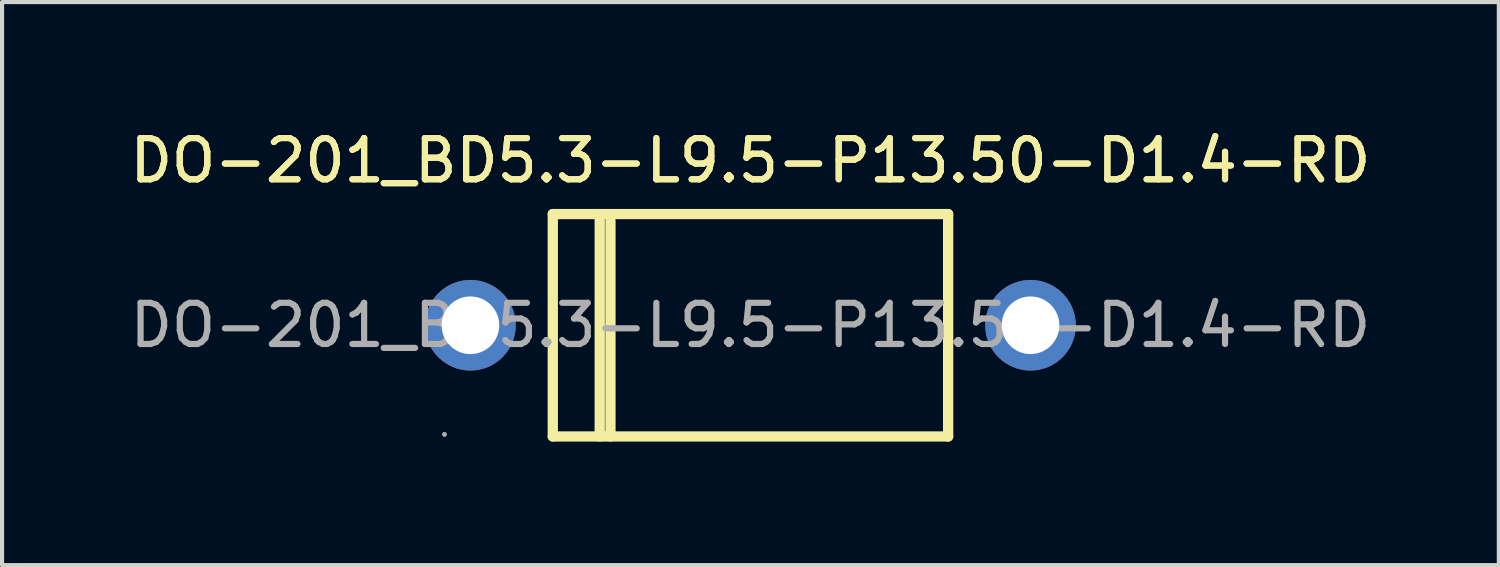
<source format=kicad_pcb>
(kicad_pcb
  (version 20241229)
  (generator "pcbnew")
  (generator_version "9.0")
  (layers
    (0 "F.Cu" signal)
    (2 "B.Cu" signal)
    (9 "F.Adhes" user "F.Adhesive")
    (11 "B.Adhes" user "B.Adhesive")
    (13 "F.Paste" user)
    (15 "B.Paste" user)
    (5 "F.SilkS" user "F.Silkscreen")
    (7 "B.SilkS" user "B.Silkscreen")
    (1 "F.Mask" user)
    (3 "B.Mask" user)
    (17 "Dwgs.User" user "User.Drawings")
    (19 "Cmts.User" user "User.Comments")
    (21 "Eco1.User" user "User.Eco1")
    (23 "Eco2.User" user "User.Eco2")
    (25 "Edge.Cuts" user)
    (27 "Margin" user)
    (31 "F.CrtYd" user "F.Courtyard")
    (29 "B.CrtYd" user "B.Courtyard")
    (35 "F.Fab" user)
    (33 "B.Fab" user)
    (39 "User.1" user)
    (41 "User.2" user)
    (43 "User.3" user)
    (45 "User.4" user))
  (footprint "DO-201_BD5.3-L9.5-P13.50-D1.4-RD"
    (layer "F.Cu")
    (at 15.173 4.848)
    (property "Reference" "DO-201_BD5.3-L9.5-P13.50-D1.4-RD" (at 0 -4 0) (layer "F.SilkS") (effects (font (size 1 1) (thickness 0.15))))
    (attr smd)
    (fp_line (start -4.8 -2.7) (end 4.8 -2.7) (stroke (width 0.25) (type solid)) (layer "F.SilkS"))
    (fp_line (start -4.8 2.7) (end -4.8 -2.7) (stroke (width 0.25) (type solid)) (layer "F.SilkS"))
    (fp_line (start -3.66 2.7) (end -3.66 -2.7) (stroke (width 0.25) (type solid)) (layer "F.SilkS"))
    (fp_line (start -3.4 2.7) (end -3.4 -2.54) (stroke (width 0.25) (type solid)) (layer "F.SilkS"))
    (fp_line (start 4.8 2.7) (end -4.8 2.7) (stroke (width 0.25) (type solid)) (layer "F.SilkS"))
    (fp_line (start 4.8 2.7) (end 4.8 -2.7) (stroke (width 0.25) (type solid)) (layer "F.SilkS"))
    (fp_circle (center -7.43 2.65) (end -7.4 2.65) (stroke (width 0.06) (type solid)) (fill no) (layer "F.Fab"))
    (fp_circle (center -6.8 0) (end -6.49 0) (stroke (width 0.62) (type solid)) (fill no) (layer "F.Fab"))
    (fp_circle (center 6.8 0) (end 7.11 0) (stroke (width 0.62) (type solid)) (fill no) (layer "F.Fab"))
    (fp_text user "${REFERENCE}" (at 0 -4 0) (layer "F.SilkS") (effects (font (size 1 1) (thickness 0.15))))
    (fp_text user "${REFERENCE}" (at 0 0 0) (layer "F.Fab") (effects (font (size 1 1) (thickness 0.15))))
    (pad "1" thru_hole circle (at -6.8 0) (size 2.2 2.2) (drill 1.4) (layers "*.Cu" "*.Mask"))
    (pad "2" thru_hole circle (at 6.8 0) (size 2.2 2.2) (drill 1.4) (layers "*.Cu" "*.Mask")))
  (gr_rect
    (start -3 -3)
    (end 33.345 10.673)
    (stroke (width 0.1) (type default))
    (fill no)
    (layer "Edge.Cuts")))
</source>
